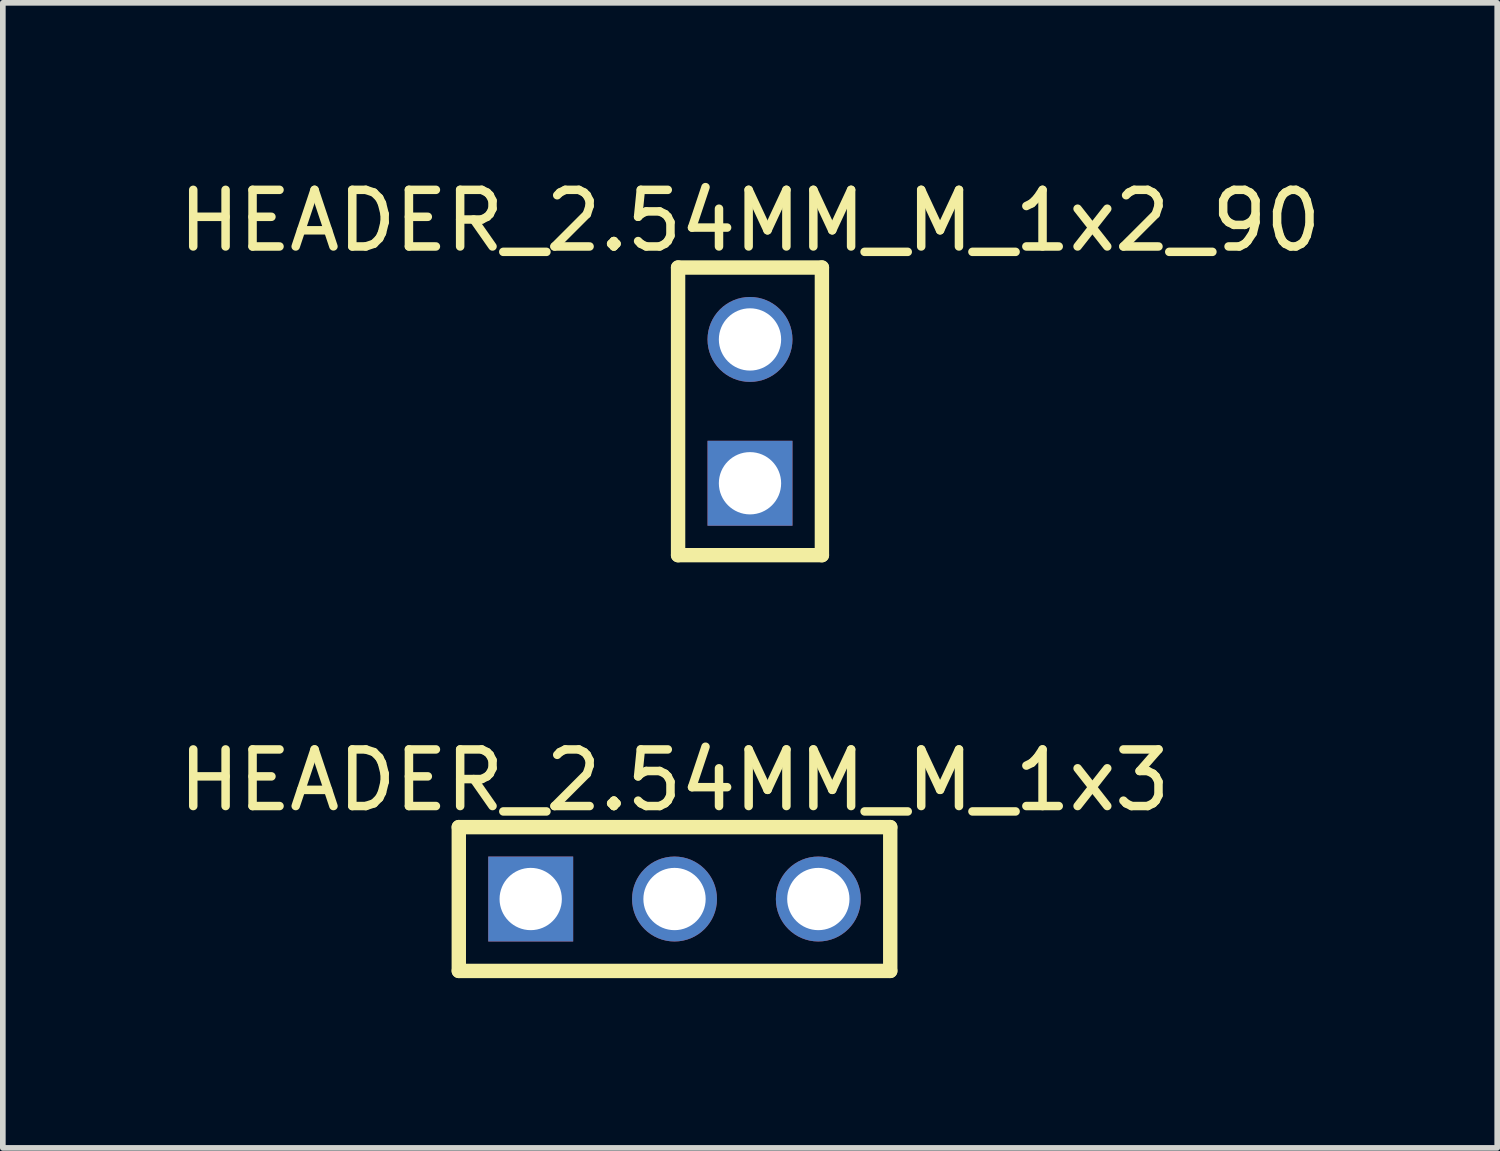
<source format=kicad_pcb>
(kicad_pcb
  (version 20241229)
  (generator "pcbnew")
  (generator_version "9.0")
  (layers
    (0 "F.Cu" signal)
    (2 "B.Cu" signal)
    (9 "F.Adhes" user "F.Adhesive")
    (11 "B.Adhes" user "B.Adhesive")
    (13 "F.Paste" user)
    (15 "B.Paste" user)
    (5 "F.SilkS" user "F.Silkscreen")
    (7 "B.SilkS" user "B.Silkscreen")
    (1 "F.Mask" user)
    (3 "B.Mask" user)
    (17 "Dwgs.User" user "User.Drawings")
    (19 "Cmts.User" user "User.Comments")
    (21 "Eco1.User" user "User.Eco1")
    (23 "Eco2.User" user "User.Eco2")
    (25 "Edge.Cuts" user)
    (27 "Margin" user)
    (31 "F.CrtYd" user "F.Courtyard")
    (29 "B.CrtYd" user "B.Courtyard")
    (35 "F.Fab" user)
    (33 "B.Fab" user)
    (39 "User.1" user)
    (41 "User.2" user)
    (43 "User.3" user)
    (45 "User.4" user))
  (footprint "HEADER_2.54MM_M_1x2_90"
    (layer "F.Cu")
    (at 10.196 4.215)
    (property "Reference" "HEADER_2.54MM_M_1x2_90" (at 0 -3.367 0) (layer "F.SilkS") (effects (font (size 1 1) (thickness 0.15))))
    (fp_line (start -1.27 -2.54) (end 1.27 -2.54) (stroke (width 0.254) (type solid)) (layer "F.SilkS"))
    (fp_line (start -1.27 2.54) (end -1.27 -2.54) (stroke (width 0.254) (type solid)) (layer "F.SilkS"))
    (fp_line (start -1.27 2.54) (end 1.27 2.54) (stroke (width 0.254) (type solid)) (layer "F.SilkS"))
    (fp_line (start 1.27 2.54) (end 1.27 -2.54) (stroke (width 0.254) (type solid)) (layer "F.SilkS"))
    (pad "1" thru_hole rect (at 0 1.27) (size 1.5 1.5) (drill 1.1) (layers "*.Cu" "*.Mask"))
    (pad "2" thru_hole circle (at 0 -1.27) (size 1.5 1.5) (drill 1.1) (layers "*.Cu" "*.Mask")))
  (footprint "HEADER_2.54MM_M_1x3"
    (layer "F.Cu")
    (at 8.863 12.828)
    (property "Reference" "HEADER_2.54MM_M_1x3" (at 0 -2.097 0) (layer "F.SilkS") (effects (font (size 1 1) (thickness 0.15))))
    (fp_line (start -3.81 -1.27) (end 3.81 -1.27) (stroke (width 0.254) (type solid)) (layer "F.SilkS"))
    (fp_line (start -3.81 1.27) (end -3.81 -1.27) (stroke (width 0.254) (type solid)) (layer "F.SilkS"))
    (fp_line (start -3.81 1.27) (end 3.81 1.27) (stroke (width 0.254) (type solid)) (layer "F.SilkS"))
    (fp_line (start 3.81 1.27) (end 3.81 -1.27) (stroke (width 0.254) (type solid)) (layer "F.SilkS"))
    (pad "1" thru_hole rect (at -2.54 0 270) (size 1.5 1.5) (drill 1.1) (layers "*.Cu" "*.Mask"))
    (pad "2" thru_hole circle (at 0 0 270) (size 1.5 1.5) (drill 1.1) (layers "*.Cu" "*.Mask"))
    (pad "3" thru_hole circle (at 2.54 0 270) (size 1.5 1.5) (drill 1.1) (layers "*.Cu" "*.Mask")))
  (gr_rect
    (start -3 -3)
    (end 23.393 17.224)
    (stroke (width 0.1) (type default))
    (fill no)
    (layer "Edge.Cuts")))
</source>
